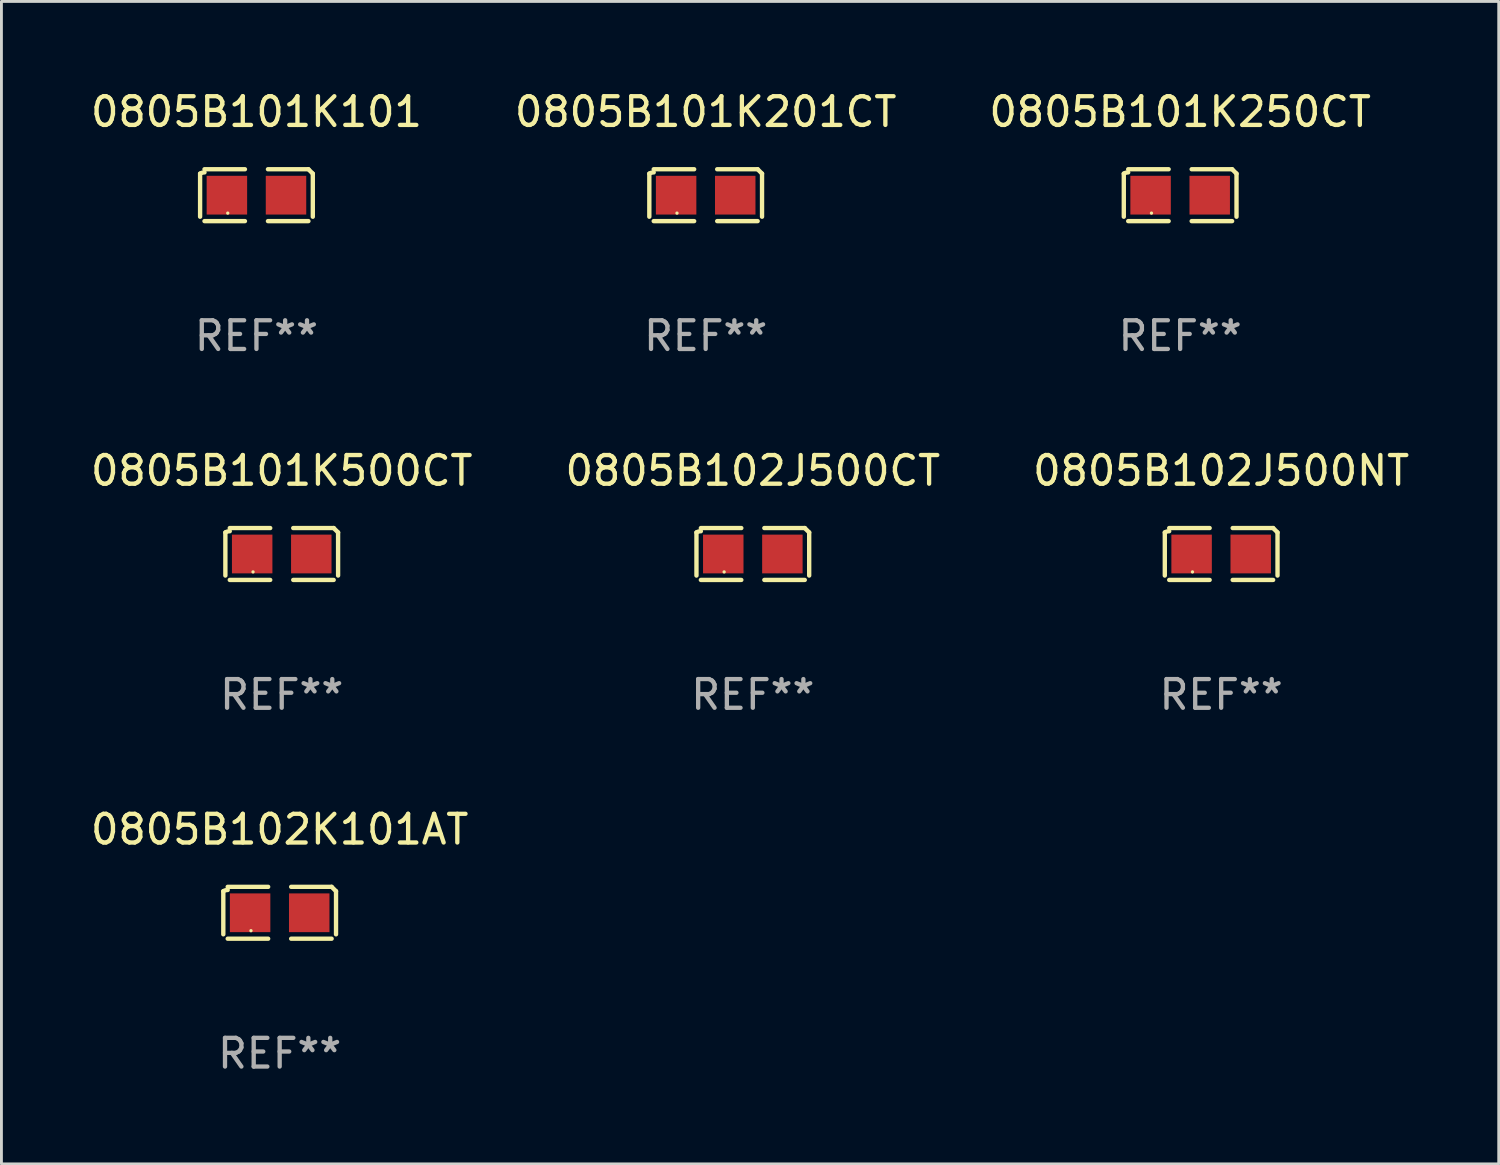
<source format=kicad_pcb>
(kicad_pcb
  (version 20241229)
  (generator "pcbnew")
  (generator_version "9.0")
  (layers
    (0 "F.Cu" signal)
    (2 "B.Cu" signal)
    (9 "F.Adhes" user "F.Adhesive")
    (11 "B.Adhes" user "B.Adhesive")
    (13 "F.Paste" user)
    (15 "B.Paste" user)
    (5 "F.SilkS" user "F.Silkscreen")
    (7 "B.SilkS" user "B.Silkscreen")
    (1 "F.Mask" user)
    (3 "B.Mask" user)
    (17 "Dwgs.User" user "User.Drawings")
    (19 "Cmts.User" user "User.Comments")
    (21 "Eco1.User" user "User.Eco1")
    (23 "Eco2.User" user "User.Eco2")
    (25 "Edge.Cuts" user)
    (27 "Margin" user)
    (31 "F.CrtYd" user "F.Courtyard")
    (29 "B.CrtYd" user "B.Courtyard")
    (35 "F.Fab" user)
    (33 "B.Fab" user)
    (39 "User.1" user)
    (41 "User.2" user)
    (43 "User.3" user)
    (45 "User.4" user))
  (footprint "0805B101K101"
    (layer "F.Cu")
    (at 5.887 3.752)
    (property "Reference" "0805B101K101" (at 0 -2.904 0) (layer "F.SilkS") (effects (font (size 1 1) (thickness 0.15))))
    (attr through_hole)
    (fp_line (start -1.964 0.751) (end -1.964 -0.751) (stroke (width 0.152) (type solid)) (layer "F.SilkS"))
    (fp_line (start -1.811 -0.904) (end -0.401 -0.904) (stroke (width 0.152) (type solid)) (layer "F.SilkS"))
    (fp_line (start -0.401 0.904) (end -1.811 0.904) (stroke (width 0.152) (type solid)) (layer "F.SilkS"))
    (fp_line (start 0.401 0.904) (end 1.811 0.904) (stroke (width 0.152) (type solid)) (layer "F.SilkS"))
    (fp_line (start 1.811 -0.904) (end 0.401 -0.904) (stroke (width 0.152) (type solid)) (layer "F.SilkS"))
    (fp_line (start 1.964 0.751) (end 1.964 -0.751) (stroke (width 0.152) (type solid)) (layer "F.SilkS"))
    (fp_arc (start -1.963602 -0.751207) (mid -1.890354 -0.783131) (end -1.811201 -0.794044) (stroke (width 0.1524) (type solid)) (layer "F.SilkS"))
    (fp_arc (start 1.811202 -0.903607) (mid 1.887413 -0.827418) (end 1.963602 -0.751207) (stroke (width 0.1524) (type solid)) (layer "F.SilkS"))
    (fp_circle (center -1 0.625) (end -0.97 0.625) (stroke (width 0.06) (type solid)) (fill no) (layer "F.SilkS"))
    (fp_text user "REF**" (at 0 4.904 0) (layer "F.Fab") (effects (font (size 1 1) (thickness 0.15))))
    (pad "1" smd rect (at -1.03 0) (size 1.41 1.35) (layers "F.Cu" "F.Mask" "F.Paste"))
    (pad "2" smd rect (at 1.03 0) (size 1.41 1.35) (layers "F.Cu" "F.Mask" "F.Paste")))
  (footprint "0805B101K500CT"
    (layer "F.Cu")
    (at 6.768 16.256)
    (property "Reference" "0805B101K500CT" (at 0 -2.904 0) (layer "F.SilkS") (effects (font (size 1 1) (thickness 0.15))))
    (attr through_hole)
    (fp_line (start -1.964 0.751) (end -1.964 -0.751) (stroke (width 0.152) (type solid)) (layer "F.SilkS"))
    (fp_line (start -1.811 -0.904) (end -0.401 -0.904) (stroke (width 0.152) (type solid)) (layer "F.SilkS"))
    (fp_line (start -0.401 0.904) (end -1.811 0.904) (stroke (width 0.152) (type solid)) (layer "F.SilkS"))
    (fp_line (start 0.401 0.904) (end 1.811 0.904) (stroke (width 0.152) (type solid)) (layer "F.SilkS"))
    (fp_line (start 1.811 -0.904) (end 0.401 -0.904) (stroke (width 0.152) (type solid)) (layer "F.SilkS"))
    (fp_line (start 1.964 0.751) (end 1.964 -0.751) (stroke (width 0.152) (type solid)) (layer "F.SilkS"))
    (fp_arc (start -1.963602 -0.751207) (mid -1.890354 -0.783131) (end -1.811201 -0.794044) (stroke (width 0.1524) (type solid)) (layer "F.SilkS"))
    (fp_arc (start 1.811202 -0.903607) (mid 1.887413 -0.827418) (end 1.963602 -0.751207) (stroke (width 0.1524) (type solid)) (layer "F.SilkS"))
    (fp_circle (center -1 0.625) (end -0.97 0.625) (stroke (width 0.06) (type solid)) (fill no) (layer "F.SilkS"))
    (fp_text user "REF**" (at 0 4.904 0) (layer "F.Fab") (effects (font (size 1 1) (thickness 0.15))))
    (pad "1" smd rect (at -1.03 0) (size 1.41 1.35) (layers "F.Cu" "F.Mask" "F.Paste"))
    (pad "2" smd rect (at 1.03 0) (size 1.41 1.35) (layers "F.Cu" "F.Mask" "F.Paste")))
  (footprint "0805B101K250CT"
    (layer "F.Cu")
    (at 38.077 3.752)
    (property "Reference" "0805B101K250CT" (at 0 -2.904 0) (layer "F.SilkS") (effects (font (size 1 1) (thickness 0.15))))
    (attr through_hole)
    (fp_line (start -1.964 0.751) (end -1.964 -0.751) (stroke (width 0.152) (type solid)) (layer "F.SilkS"))
    (fp_line (start -1.811 -0.904) (end -0.401 -0.904) (stroke (width 0.152) (type solid)) (layer "F.SilkS"))
    (fp_line (start -0.401 0.904) (end -1.811 0.904) (stroke (width 0.152) (type solid)) (layer "F.SilkS"))
    (fp_line (start 0.401 0.904) (end 1.811 0.904) (stroke (width 0.152) (type solid)) (layer "F.SilkS"))
    (fp_line (start 1.811 -0.904) (end 0.401 -0.904) (stroke (width 0.152) (type solid)) (layer "F.SilkS"))
    (fp_line (start 1.964 0.751) (end 1.964 -0.751) (stroke (width 0.152) (type solid)) (layer "F.SilkS"))
    (fp_arc (start -1.963602 -0.751207) (mid -1.890354 -0.783131) (end -1.811201 -0.794044) (stroke (width 0.1524) (type solid)) (layer "F.SilkS"))
    (fp_arc (start 1.811202 -0.903607) (mid 1.887413 -0.827418) (end 1.963602 -0.751207) (stroke (width 0.1524) (type solid)) (layer "F.SilkS"))
    (fp_circle (center -1 0.625) (end -0.97 0.625) (stroke (width 0.06) (type solid)) (fill no) (layer "F.SilkS"))
    (fp_text user "REF**" (at 0 4.904 0) (layer "F.Fab") (effects (font (size 1 1) (thickness 0.15))))
    (pad "1" smd rect (at -1.03 0) (size 1.41 1.35) (layers "F.Cu" "F.Mask" "F.Paste"))
    (pad "2" smd rect (at 1.03 0) (size 1.41 1.35) (layers "F.Cu" "F.Mask" "F.Paste")))
  (footprint "0805B101K201CT"
    (layer "F.Cu")
    (at 21.542 3.752)
    (property "Reference" "0805B101K201CT" (at 0 -2.904 0) (layer "F.SilkS") (effects (font (size 1 1) (thickness 0.15))))
    (attr through_hole)
    (fp_line (start -1.964 0.751) (end -1.964 -0.751) (stroke (width 0.152) (type solid)) (layer "F.SilkS"))
    (fp_line (start -1.811 -0.904) (end -0.401 -0.904) (stroke (width 0.152) (type solid)) (layer "F.SilkS"))
    (fp_line (start -0.401 0.904) (end -1.811 0.904) (stroke (width 0.152) (type solid)) (layer "F.SilkS"))
    (fp_line (start 0.401 0.904) (end 1.811 0.904) (stroke (width 0.152) (type solid)) (layer "F.SilkS"))
    (fp_line (start 1.811 -0.904) (end 0.401 -0.904) (stroke (width 0.152) (type solid)) (layer "F.SilkS"))
    (fp_line (start 1.964 0.751) (end 1.964 -0.751) (stroke (width 0.152) (type solid)) (layer "F.SilkS"))
    (fp_arc (start -1.963602 -0.751207) (mid -1.890354 -0.783131) (end -1.811201 -0.794044) (stroke (width 0.1524) (type solid)) (layer "F.SilkS"))
    (fp_arc (start 1.811202 -0.903607) (mid 1.887413 -0.827418) (end 1.963602 -0.751207) (stroke (width 0.1524) (type solid)) (layer "F.SilkS"))
    (fp_circle (center -1 0.625) (end -0.97 0.625) (stroke (width 0.06) (type solid)) (fill no) (layer "F.SilkS"))
    (fp_text user "REF**" (at 0 4.904 0) (layer "F.Fab") (effects (font (size 1 1) (thickness 0.15))))
    (pad "1" smd rect (at -1.03 0) (size 1.41 1.35) (layers "F.Cu" "F.Mask" "F.Paste"))
    (pad "2" smd rect (at 1.03 0) (size 1.41 1.35) (layers "F.Cu" "F.Mask" "F.Paste")))
  (footprint "0805B102J500CT"
    (layer "F.Cu")
    (at 23.185 16.256)
    (property "Reference" "0805B102J500CT" (at 0 -2.904 0) (layer "F.SilkS") (effects (font (size 1 1) (thickness 0.15))))
    (attr through_hole)
    (fp_line (start -1.964 0.751) (end -1.964 -0.751) (stroke (width 0.152) (type solid)) (layer "F.SilkS"))
    (fp_line (start -1.811 -0.904) (end -0.401 -0.904) (stroke (width 0.152) (type solid)) (layer "F.SilkS"))
    (fp_line (start -0.401 0.904) (end -1.811 0.904) (stroke (width 0.152) (type solid)) (layer "F.SilkS"))
    (fp_line (start 0.401 0.904) (end 1.811 0.904) (stroke (width 0.152) (type solid)) (layer "F.SilkS"))
    (fp_line (start 1.811 -0.904) (end 0.401 -0.904) (stroke (width 0.152) (type solid)) (layer "F.SilkS"))
    (fp_line (start 1.964 0.751) (end 1.964 -0.751) (stroke (width 0.152) (type solid)) (layer "F.SilkS"))
    (fp_arc (start -1.963602 -0.751207) (mid -1.890354 -0.783131) (end -1.811201 -0.794044) (stroke (width 0.1524) (type solid)) (layer "F.SilkS"))
    (fp_arc (start 1.811202 -0.903607) (mid 1.887413 -0.827418) (end 1.963602 -0.751207) (stroke (width 0.1524) (type solid)) (layer "F.SilkS"))
    (fp_circle (center -1 0.625) (end -0.97 0.625) (stroke (width 0.06) (type solid)) (fill no) (layer "F.SilkS"))
    (fp_text user "REF**" (at 0 4.904 0) (layer "F.Fab") (effects (font (size 1 1) (thickness 0.15))))
    (pad "1" smd rect (at -1.03 0) (size 1.41 1.35) (layers "F.Cu" "F.Mask" "F.Paste"))
    (pad "2" smd rect (at 1.03 0) (size 1.41 1.35) (layers "F.Cu" "F.Mask" "F.Paste")))
  (footprint "0805B102J500NT"
    (layer "F.Cu")
    (at 39.506 16.256)
    (property "Reference" "0805B102J500NT" (at 0 -2.904 0) (layer "F.SilkS") (effects (font (size 1 1) (thickness 0.15))))
    (attr through_hole)
    (fp_line (start -1.964 0.751) (end -1.964 -0.751) (stroke (width 0.152) (type solid)) (layer "F.SilkS"))
    (fp_line (start -1.811 -0.904) (end -0.401 -0.904) (stroke (width 0.152) (type solid)) (layer "F.SilkS"))
    (fp_line (start -0.401 0.904) (end -1.811 0.904) (stroke (width 0.152) (type solid)) (layer "F.SilkS"))
    (fp_line (start 0.401 0.904) (end 1.811 0.904) (stroke (width 0.152) (type solid)) (layer "F.SilkS"))
    (fp_line (start 1.811 -0.904) (end 0.401 -0.904) (stroke (width 0.152) (type solid)) (layer "F.SilkS"))
    (fp_line (start 1.964 0.751) (end 1.964 -0.751) (stroke (width 0.152) (type solid)) (layer "F.SilkS"))
    (fp_arc (start -1.963602 -0.751207) (mid -1.890354 -0.783131) (end -1.811201 -0.794044) (stroke (width 0.1524) (type solid)) (layer "F.SilkS"))
    (fp_arc (start 1.811202 -0.903607) (mid 1.887413 -0.827418) (end 1.963602 -0.751207) (stroke (width 0.1524) (type solid)) (layer "F.SilkS"))
    (fp_circle (center -1 0.625) (end -0.97 0.625) (stroke (width 0.06) (type solid)) (fill no) (layer "F.SilkS"))
    (fp_text user "REF**" (at 0 4.904 0) (layer "F.Fab") (effects (font (size 1 1) (thickness 0.15))))
    (pad "1" smd rect (at -1.03 0) (size 1.41 1.35) (layers "F.Cu" "F.Mask" "F.Paste"))
    (pad "2" smd rect (at 1.03 0) (size 1.41 1.35) (layers "F.Cu" "F.Mask" "F.Paste")))
  (footprint "0805B102K101AT"
    (layer "F.Cu")
    (at 6.696 28.759)
    (property "Reference" "0805B102K101AT" (at 0 -2.904 0) (layer "F.SilkS") (effects (font (size 1 1) (thickness 0.15))))
    (attr through_hole)
    (fp_line (start -1.964 0.751) (end -1.964 -0.751) (stroke (width 0.152) (type solid)) (layer "F.SilkS"))
    (fp_line (start -1.811 -0.904) (end -0.401 -0.904) (stroke (width 0.152) (type solid)) (layer "F.SilkS"))
    (fp_line (start -0.401 0.904) (end -1.811 0.904) (stroke (width 0.152) (type solid)) (layer "F.SilkS"))
    (fp_line (start 0.401 0.904) (end 1.811 0.904) (stroke (width 0.152) (type solid)) (layer "F.SilkS"))
    (fp_line (start 1.811 -0.904) (end 0.401 -0.904) (stroke (width 0.152) (type solid)) (layer "F.SilkS"))
    (fp_line (start 1.964 0.751) (end 1.964 -0.751) (stroke (width 0.152) (type solid)) (layer "F.SilkS"))
    (fp_arc (start -1.963602 -0.751207) (mid -1.890354 -0.783131) (end -1.811201 -0.794044) (stroke (width 0.1524) (type solid)) (layer "F.SilkS"))
    (fp_arc (start 1.811202 -0.903607) (mid 1.887413 -0.827418) (end 1.963602 -0.751207) (stroke (width 0.1524) (type solid)) (layer "F.SilkS"))
    (fp_circle (center -1 0.625) (end -0.97 0.625) (stroke (width 0.06) (type solid)) (fill no) (layer "F.SilkS"))
    (fp_text user "REF**" (at 0 4.904 0) (layer "F.Fab") (effects (font (size 1 1) (thickness 0.15))))
    (pad "1" smd rect (at -1.03 0) (size 1.41 1.35) (layers "F.Cu" "F.Mask" "F.Paste"))
    (pad "2" smd rect (at 1.03 0) (size 1.41 1.35) (layers "F.Cu" "F.Mask" "F.Paste")))
  (gr_rect
    (start -3 -3)
    (end 49.179 37.511)
    (stroke (width 0.1) (type default))
    (fill no)
    (layer "Edge.Cuts")))
</source>
